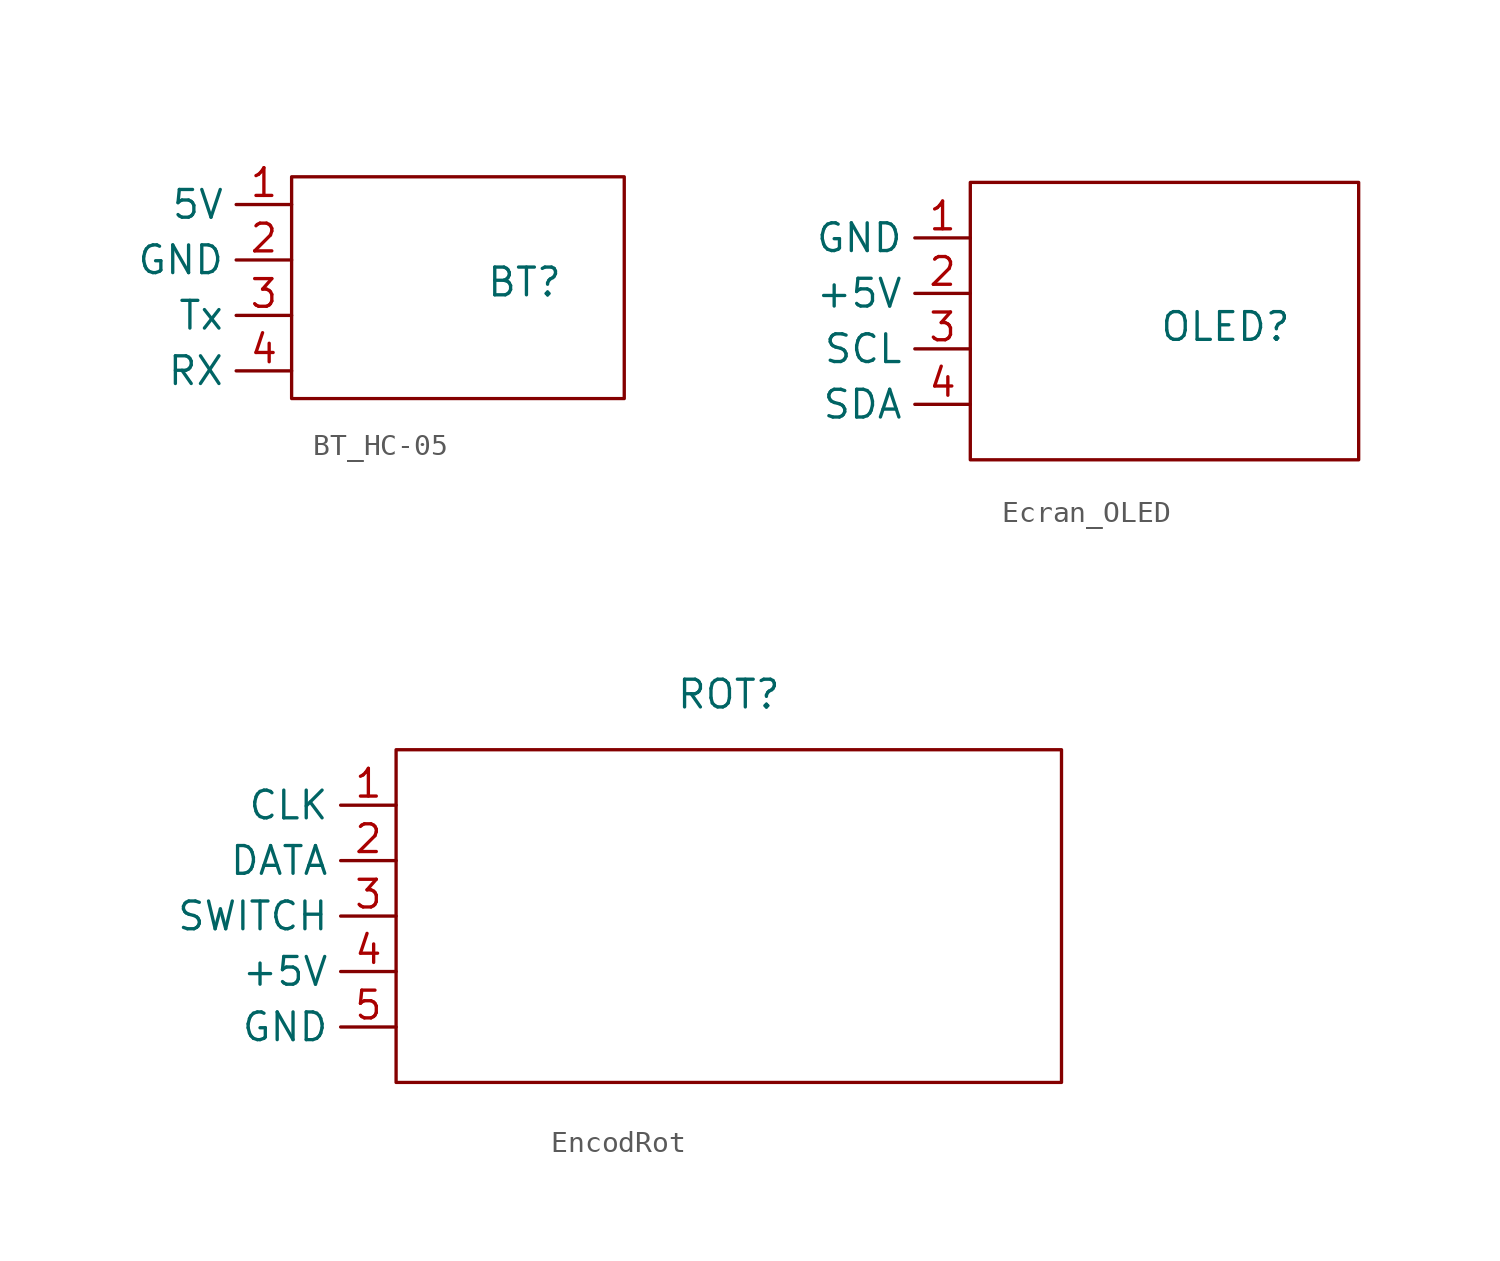
<source format=kicad_sym>
(kicad_symbol_lib
  (version 20231120)
  (generator "kicad_symbol_editor")
  (generator_version "8.0")
  (symbol "BT_HC-05"
    (property "Reference" "BT"
      (at 3.048 -7.366 0)
      (effects (font (size 1.27 1.27))))
    (property "Value" ""
      (at 0 0 0)
      (effects (font (size 1.27 1.27))))
    (symbol "BT_HC-05_1_1"
      (rectangle (start -7.62 -2.54) (end 7.62 -12.7) (stroke (width 0) (type default)) (fill (type none)))
      (pin passive line (at -7.62 -3.81 180) (length 2.54) (name "5V" (effects (font (size 1.27 1.27)))) (number "1" (effects (font (size 1.27 1.27)))))
      (pin passive line (at -7.62 -6.35 180) (length 2.54) (name "GND" (effects (font (size 1.27 1.27)))) (number "2" (effects (font (size 1.27 1.27)))))
      (pin passive line (at -7.62 -8.89 180) (length 2.54) (name "Tx" (effects (font (size 1.27 1.27)))) (number "3" (effects (font (size 1.27 1.27)))))
      (pin passive line (at -7.62 -11.43 180) (length 2.54) (name "RX" (effects (font (size 1.27 1.27)))) (number "4" (effects (font (size 1.27 1.27)))))))
  (symbol "Ecran_OLED"
    (property "Reference" "OLED"
      (at 2.794 -9.144 0)
      (effects (font (size 1.27 1.27))))
    (property "Value" ""
      (at 0 0 0)
      (effects (font (size 1.27 1.27))))
    (symbol "Ecran_OLED_0_1"
      (rectangle (start -8.89 -2.54) (end 8.89 -15.24) (stroke (width 0) (type default)) (fill (type none))))
    (symbol "Ecran_OLED_1_1"
      (pin passive line (at -8.89 -5.08 180) (length 2.54) (name "GND" (effects (font (size 1.27 1.27)))) (number "1" (effects (font (size 1.27 1.27)))))
      (pin passive line (at -8.89 -7.62 180) (length 2.54) (name "+5V" (effects (font (size 1.27 1.27)))) (number "2" (effects (font (size 1.27 1.27)))))
      (pin passive line (at -8.89 -10.16 180) (length 2.54) (name "SCL" (effects (font (size 1.27 1.27)))) (number "3" (effects (font (size 1.27 1.27)))))
      (pin passive line (at -8.89 -12.7 180) (length 2.54) (name "SDA" (effects (font (size 1.27 1.27)))) (number "4" (effects (font (size 1.27 1.27)))))))
  (symbol "EncodRot"
    (property "Reference" "ROT"
      (at 0 0 0)
      (effects (font (size 1.27 1.27))))
    (property "Value" ""
      (at 0 0 0)
      (effects (font (size 1.27 1.27))))
    (symbol "EncodRot_0_1"
      (rectangle (start -15.24 -2.54) (end 15.24 -17.78) (stroke (width 0) (type default)) (fill (type none))))
    (symbol "EncodRot_1_1"
      (pin passive line (at -15.24 -5.08 180) (length 2.54) (name "CLK" (effects (font (size 1.27 1.27)))) (number "1" (effects (font (size 1.27 1.27)))))
      (pin passive line (at -15.24 -7.62 180) (length 2.54) (name "DATA" (effects (font (size 1.27 1.27)))) (number "2" (effects (font (size 1.27 1.27)))))
      (pin passive line (at -15.24 -10.16 180) (length 2.54) (name "SWITCH" (effects (font (size 1.27 1.27)))) (number "3" (effects (font (size 1.27 1.27)))))
      (pin passive line (at -15.24 -12.7 180) (length 2.54) (name "+5V" (effects (font (size 1.27 1.27)))) (number "4" (effects (font (size 1.27 1.27)))))
      (pin passive line (at -15.24 -15.24 180) (length 2.54) (name "GND" (effects (font (size 1.27 1.27)))) (number "5" (effects (font (size 1.27 1.27))))))))
</source>
